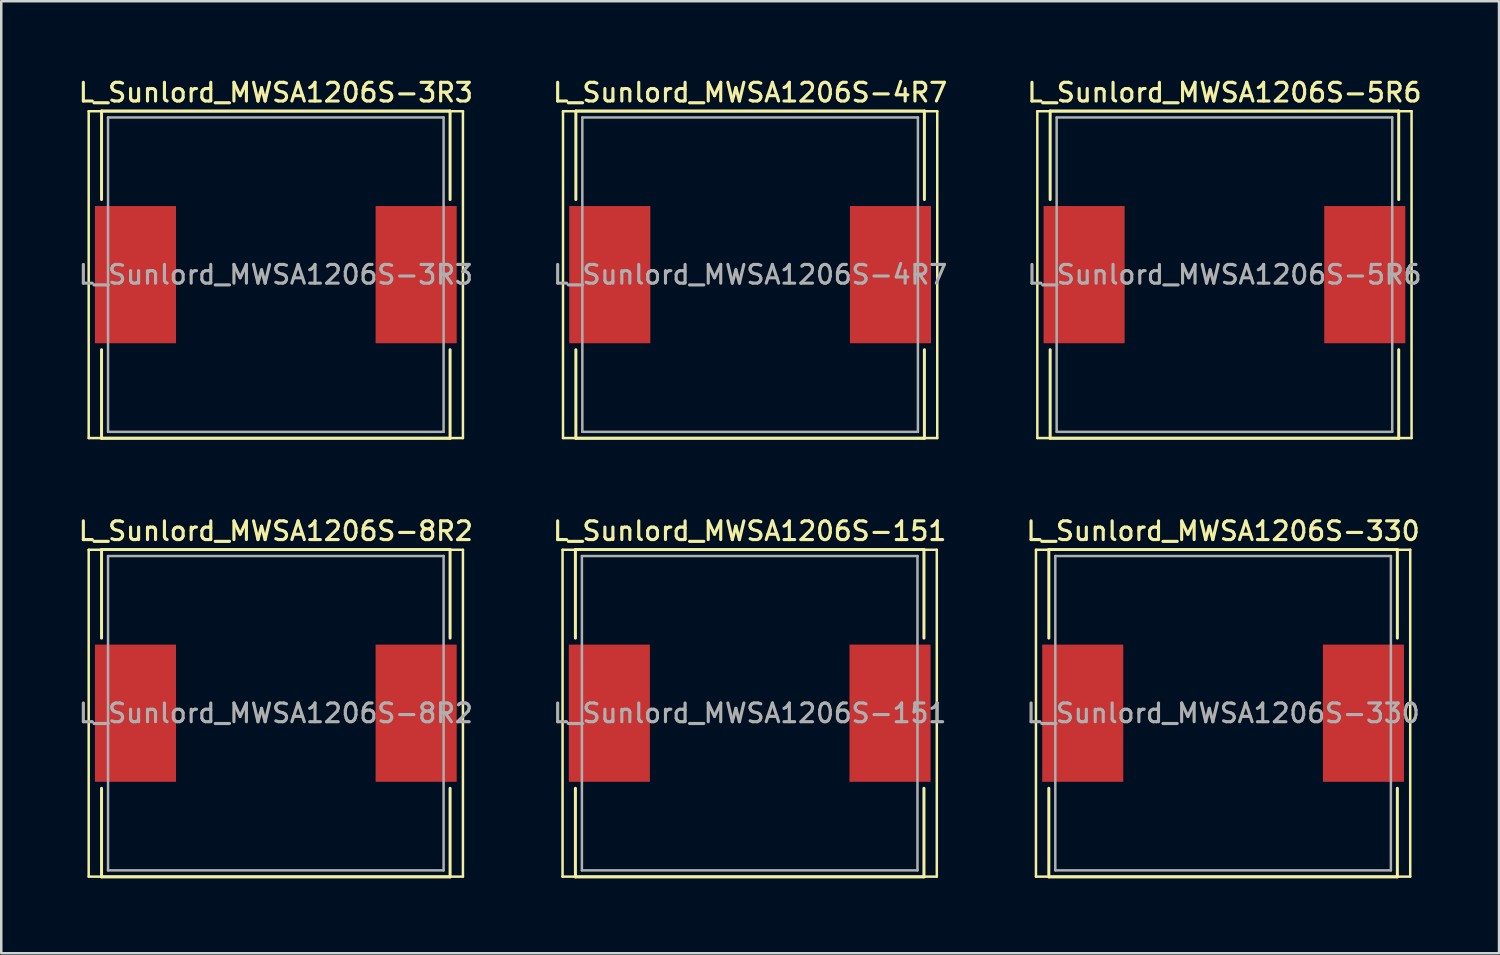
<source format=kicad_pcb>
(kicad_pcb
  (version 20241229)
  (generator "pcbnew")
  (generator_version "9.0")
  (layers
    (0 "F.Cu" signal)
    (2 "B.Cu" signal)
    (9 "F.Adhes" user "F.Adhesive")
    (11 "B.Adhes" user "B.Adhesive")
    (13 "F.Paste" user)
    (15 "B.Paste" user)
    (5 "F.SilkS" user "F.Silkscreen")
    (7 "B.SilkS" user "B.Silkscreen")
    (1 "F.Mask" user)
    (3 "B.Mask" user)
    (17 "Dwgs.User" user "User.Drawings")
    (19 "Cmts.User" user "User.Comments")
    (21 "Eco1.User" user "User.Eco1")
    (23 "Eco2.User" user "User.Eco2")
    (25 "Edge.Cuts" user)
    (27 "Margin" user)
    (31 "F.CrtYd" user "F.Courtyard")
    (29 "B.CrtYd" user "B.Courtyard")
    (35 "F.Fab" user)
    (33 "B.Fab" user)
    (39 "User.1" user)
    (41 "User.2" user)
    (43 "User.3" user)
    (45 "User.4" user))
  (footprint "L_Sunlord_MWSA1206S-5R6"
    (layer "F.Cu")
    (at 46.027 7.958)
    (property "Reference" "L_Sunlord_MWSA1206S-5R6" (at 0 -7.3 0) (layer "F.SilkS") (effects (font (size 0.75 0.75) (thickness 0.125))))
    (attr smd)
    (fp_line (start -7.5 -6.55) (end -7.5 6.55) (stroke (width 0.1) (type solid)) (layer "F.SilkS"))
    (fp_line (start -7.5 6.55) (end 7.5 6.55) (stroke (width 0.1) (type solid)) (layer "F.SilkS"))
    (fp_line (start -6.985 -6.56) (end -6.985 -3.01) (stroke (width 0.12) (type solid)) (layer "F.SilkS"))
    (fp_line (start -6.985 -6.56) (end 6.985 -6.56) (stroke (width 0.12) (type solid)) (layer "F.SilkS"))
    (fp_line (start -6.985 6.56) (end -6.985 3.01) (stroke (width 0.12) (type solid)) (layer "F.SilkS"))
    (fp_line (start -6.985 6.56) (end 6.985 6.56) (stroke (width 0.12) (type solid)) (layer "F.SilkS"))
    (fp_line (start 6.985 -6.56) (end 6.985 -3.01) (stroke (width 0.12) (type solid)) (layer "F.SilkS"))
    (fp_line (start 6.985 6.56) (end 6.985 3.01) (stroke (width 0.12) (type solid)) (layer "F.SilkS"))
    (fp_line (start 7.5 -6.55) (end -7.5 -6.55) (stroke (width 0.1) (type solid)) (layer "F.SilkS"))
    (fp_line (start 7.5 6.55) (end 7.5 -6.55) (stroke (width 0.1) (type solid)) (layer "F.SilkS"))
    (fp_line (start -6.725 -6.3) (end -6.725 6.3) (stroke (width 0.1) (type solid)) (layer "F.Fab"))
    (fp_line (start -6.725 6.3) (end 6.725 6.3) (stroke (width 0.1) (type solid)) (layer "F.Fab"))
    (fp_line (start 6.725 -6.3) (end -6.725 -6.3) (stroke (width 0.1) (type solid)) (layer "F.Fab"))
    (fp_line (start 6.725 6.3) (end 6.725 -6.3) (stroke (width 0.1) (type solid)) (layer "F.Fab"))
    (fp_text user "${REFERENCE}" (at 0 0 0) (layer "F.Fab") (effects (font (size 0.75 0.75) (thickness 0.125))))
    (pad "1" smd rect (at -5.625 0) (size 3.25 5.5) (layers "F.Cu" "F.Mask" "F.Paste"))
    (pad "2" smd rect (at 5.625 0) (size 3.25 5.5) (layers "F.Cu" "F.Mask" "F.Paste")))
  (footprint "L_Sunlord_MWSA1206S-330"
    (layer "F.Cu")
    (at 45.973 25.536)
    (property "Reference" "L_Sunlord_MWSA1206S-330" (at 0 -7.3 0) (layer "F.SilkS") (effects (font (size 0.75 0.75) (thickness 0.125))))
    (attr smd)
    (fp_line (start -7.5 -6.55) (end -7.5 6.55) (stroke (width 0.1) (type solid)) (layer "F.SilkS"))
    (fp_line (start -7.5 6.55) (end 7.5 6.55) (stroke (width 0.1) (type solid)) (layer "F.SilkS"))
    (fp_line (start -6.985 -6.56) (end -6.985 -3.01) (stroke (width 0.12) (type solid)) (layer "F.SilkS"))
    (fp_line (start -6.985 -6.56) (end 6.985 -6.56) (stroke (width 0.12) (type solid)) (layer "F.SilkS"))
    (fp_line (start -6.985 6.56) (end -6.985 3.01) (stroke (width 0.12) (type solid)) (layer "F.SilkS"))
    (fp_line (start -6.985 6.56) (end 6.985 6.56) (stroke (width 0.12) (type solid)) (layer "F.SilkS"))
    (fp_line (start 6.985 -6.56) (end 6.985 -3.01) (stroke (width 0.12) (type solid)) (layer "F.SilkS"))
    (fp_line (start 6.985 6.56) (end 6.985 3.01) (stroke (width 0.12) (type solid)) (layer "F.SilkS"))
    (fp_line (start 7.5 -6.55) (end -7.5 -6.55) (stroke (width 0.1) (type solid)) (layer "F.SilkS"))
    (fp_line (start 7.5 6.55) (end 7.5 -6.55) (stroke (width 0.1) (type solid)) (layer "F.SilkS"))
    (fp_line (start -6.725 -6.3) (end -6.725 6.3) (stroke (width 0.1) (type solid)) (layer "F.Fab"))
    (fp_line (start -6.725 6.3) (end 6.725 6.3) (stroke (width 0.1) (type solid)) (layer "F.Fab"))
    (fp_line (start 6.725 -6.3) (end -6.725 -6.3) (stroke (width 0.1) (type solid)) (layer "F.Fab"))
    (fp_line (start 6.725 6.3) (end 6.725 -6.3) (stroke (width 0.1) (type solid)) (layer "F.Fab"))
    (fp_text user "${REFERENCE}" (at 0 0 0) (layer "F.Fab") (effects (font (size 0.75 0.75) (thickness 0.125))))
    (pad "1" smd rect (at -5.625 0) (size 3.25 5.5) (layers "F.Cu" "F.Mask" "F.Paste"))
    (pad "2" smd rect (at 5.625 0) (size 3.25 5.5) (layers "F.Cu" "F.Mask" "F.Paste")))
  (footprint "L_Sunlord_MWSA1206S-4R7"
    (layer "F.Cu")
    (at 27.016 7.958)
    (property "Reference" "L_Sunlord_MWSA1206S-4R7" (at 0 -7.3 0) (layer "F.SilkS") (effects (font (size 0.75 0.75) (thickness 0.125))))
    (attr smd)
    (fp_line (start -7.5 -6.55) (end -7.5 6.55) (stroke (width 0.1) (type solid)) (layer "F.SilkS"))
    (fp_line (start -7.5 6.55) (end 7.5 6.55) (stroke (width 0.1) (type solid)) (layer "F.SilkS"))
    (fp_line (start -6.985 -6.56) (end -6.985 -3.01) (stroke (width 0.12) (type solid)) (layer "F.SilkS"))
    (fp_line (start -6.985 -6.56) (end 6.985 -6.56) (stroke (width 0.12) (type solid)) (layer "F.SilkS"))
    (fp_line (start -6.985 6.56) (end -6.985 3.01) (stroke (width 0.12) (type solid)) (layer "F.SilkS"))
    (fp_line (start -6.985 6.56) (end 6.985 6.56) (stroke (width 0.12) (type solid)) (layer "F.SilkS"))
    (fp_line (start 6.985 -6.56) (end 6.985 -3.01) (stroke (width 0.12) (type solid)) (layer "F.SilkS"))
    (fp_line (start 6.985 6.56) (end 6.985 3.01) (stroke (width 0.12) (type solid)) (layer "F.SilkS"))
    (fp_line (start 7.5 -6.55) (end -7.5 -6.55) (stroke (width 0.1) (type solid)) (layer "F.SilkS"))
    (fp_line (start 7.5 6.55) (end 7.5 -6.55) (stroke (width 0.1) (type solid)) (layer "F.SilkS"))
    (fp_line (start -6.725 -6.3) (end -6.725 6.3) (stroke (width 0.1) (type solid)) (layer "F.Fab"))
    (fp_line (start -6.725 6.3) (end 6.725 6.3) (stroke (width 0.1) (type solid)) (layer "F.Fab"))
    (fp_line (start 6.725 -6.3) (end -6.725 -6.3) (stroke (width 0.1) (type solid)) (layer "F.Fab"))
    (fp_line (start 6.725 6.3) (end 6.725 -6.3) (stroke (width 0.1) (type solid)) (layer "F.Fab"))
    (fp_text user "${REFERENCE}" (at 0 0 0) (layer "F.Fab") (effects (font (size 0.75 0.75) (thickness 0.125))))
    (pad "1" smd rect (at -5.625 0) (size 3.25 5.5) (layers "F.Cu" "F.Mask" "F.Paste"))
    (pad "2" smd rect (at 5.625 0) (size 3.25 5.5) (layers "F.Cu" "F.Mask" "F.Paste")))
  (footprint "L_Sunlord_MWSA1206S-3R3"
    (layer "F.Cu")
    (at 8.005 7.958)
    (property "Reference" "L_Sunlord_MWSA1206S-3R3" (at 0 -7.3 0) (layer "F.SilkS") (effects (font (size 0.75 0.75) (thickness 0.125))))
    (attr smd)
    (fp_line (start -7.5 -6.55) (end -7.5 6.55) (stroke (width 0.1) (type solid)) (layer "F.SilkS"))
    (fp_line (start -7.5 6.55) (end 7.5 6.55) (stroke (width 0.1) (type solid)) (layer "F.SilkS"))
    (fp_line (start -6.985 -6.56) (end -6.985 -3.01) (stroke (width 0.12) (type solid)) (layer "F.SilkS"))
    (fp_line (start -6.985 -6.56) (end 6.985 -6.56) (stroke (width 0.12) (type solid)) (layer "F.SilkS"))
    (fp_line (start -6.985 6.56) (end -6.985 3.01) (stroke (width 0.12) (type solid)) (layer "F.SilkS"))
    (fp_line (start -6.985 6.56) (end 6.985 6.56) (stroke (width 0.12) (type solid)) (layer "F.SilkS"))
    (fp_line (start 6.985 -6.56) (end 6.985 -3.01) (stroke (width 0.12) (type solid)) (layer "F.SilkS"))
    (fp_line (start 6.985 6.56) (end 6.985 3.01) (stroke (width 0.12) (type solid)) (layer "F.SilkS"))
    (fp_line (start 7.5 -6.55) (end -7.5 -6.55) (stroke (width 0.1) (type solid)) (layer "F.SilkS"))
    (fp_line (start 7.5 6.55) (end 7.5 -6.55) (stroke (width 0.1) (type solid)) (layer "F.SilkS"))
    (fp_line (start -6.725 -6.3) (end -6.725 6.3) (stroke (width 0.1) (type solid)) (layer "F.Fab"))
    (fp_line (start -6.725 6.3) (end 6.725 6.3) (stroke (width 0.1) (type solid)) (layer "F.Fab"))
    (fp_line (start 6.725 -6.3) (end -6.725 -6.3) (stroke (width 0.1) (type solid)) (layer "F.Fab"))
    (fp_line (start 6.725 6.3) (end 6.725 -6.3) (stroke (width 0.1) (type solid)) (layer "F.Fab"))
    (fp_text user "${REFERENCE}" (at 0 0 0) (layer "F.Fab") (effects (font (size 0.75 0.75) (thickness 0.125))))
    (pad "1" smd rect (at -5.625 0) (size 3.25 5.5) (layers "F.Cu" "F.Mask" "F.Paste"))
    (pad "2" smd rect (at 5.625 0) (size 3.25 5.5) (layers "F.Cu" "F.Mask" "F.Paste")))
  (footprint "L_Sunlord_MWSA1206S-8R2"
    (layer "F.Cu")
    (at 8.005 25.536)
    (property "Reference" "L_Sunlord_MWSA1206S-8R2" (at 0 -7.3 0) (layer "F.SilkS") (effects (font (size 0.75 0.75) (thickness 0.125))))
    (attr smd)
    (fp_line (start -7.5 -6.55) (end -7.5 6.55) (stroke (width 0.1) (type solid)) (layer "F.SilkS"))
    (fp_line (start -7.5 6.55) (end 7.5 6.55) (stroke (width 0.1) (type solid)) (layer "F.SilkS"))
    (fp_line (start -6.985 -6.56) (end -6.985 -3.01) (stroke (width 0.12) (type solid)) (layer "F.SilkS"))
    (fp_line (start -6.985 -6.56) (end 6.985 -6.56) (stroke (width 0.12) (type solid)) (layer "F.SilkS"))
    (fp_line (start -6.985 6.56) (end -6.985 3.01) (stroke (width 0.12) (type solid)) (layer "F.SilkS"))
    (fp_line (start -6.985 6.56) (end 6.985 6.56) (stroke (width 0.12) (type solid)) (layer "F.SilkS"))
    (fp_line (start 6.985 -6.56) (end 6.985 -3.01) (stroke (width 0.12) (type solid)) (layer "F.SilkS"))
    (fp_line (start 6.985 6.56) (end 6.985 3.01) (stroke (width 0.12) (type solid)) (layer "F.SilkS"))
    (fp_line (start 7.5 -6.55) (end -7.5 -6.55) (stroke (width 0.1) (type solid)) (layer "F.SilkS"))
    (fp_line (start 7.5 6.55) (end 7.5 -6.55) (stroke (width 0.1) (type solid)) (layer "F.SilkS"))
    (fp_line (start -6.725 -6.3) (end -6.725 6.3) (stroke (width 0.1) (type solid)) (layer "F.Fab"))
    (fp_line (start -6.725 6.3) (end 6.725 6.3) (stroke (width 0.1) (type solid)) (layer "F.Fab"))
    (fp_line (start 6.725 -6.3) (end -6.725 -6.3) (stroke (width 0.1) (type solid)) (layer "F.Fab"))
    (fp_line (start 6.725 6.3) (end 6.725 -6.3) (stroke (width 0.1) (type solid)) (layer "F.Fab"))
    (fp_text user "${REFERENCE}" (at 0 0 0) (layer "F.Fab") (effects (font (size 0.75 0.75) (thickness 0.125))))
    (pad "1" smd rect (at -5.625 0) (size 3.25 5.5) (layers "F.Cu" "F.Mask" "F.Paste"))
    (pad "2" smd rect (at 5.625 0) (size 3.25 5.5) (layers "F.Cu" "F.Mask" "F.Paste")))
  (footprint "L_Sunlord_MWSA1206S-151"
    (layer "F.Cu")
    (at 26.998 25.536)
    (property "Reference" "L_Sunlord_MWSA1206S-151" (at 0 -7.3 0) (layer "F.SilkS") (effects (font (size 0.75 0.75) (thickness 0.125))))
    (attr smd)
    (fp_line (start -7.5 -6.55) (end -7.5 6.55) (stroke (width 0.1) (type solid)) (layer "F.SilkS"))
    (fp_line (start -7.5 6.55) (end 7.5 6.55) (stroke (width 0.1) (type solid)) (layer "F.SilkS"))
    (fp_line (start -6.985 -6.56) (end -6.985 -3.01) (stroke (width 0.12) (type solid)) (layer "F.SilkS"))
    (fp_line (start -6.985 -6.56) (end 6.985 -6.56) (stroke (width 0.12) (type solid)) (layer "F.SilkS"))
    (fp_line (start -6.985 6.56) (end -6.985 3.01) (stroke (width 0.12) (type solid)) (layer "F.SilkS"))
    (fp_line (start -6.985 6.56) (end 6.985 6.56) (stroke (width 0.12) (type solid)) (layer "F.SilkS"))
    (fp_line (start 6.985 -6.56) (end 6.985 -3.01) (stroke (width 0.12) (type solid)) (layer "F.SilkS"))
    (fp_line (start 6.985 6.56) (end 6.985 3.01) (stroke (width 0.12) (type solid)) (layer "F.SilkS"))
    (fp_line (start 7.5 -6.55) (end -7.5 -6.55) (stroke (width 0.1) (type solid)) (layer "F.SilkS"))
    (fp_line (start 7.5 6.55) (end 7.5 -6.55) (stroke (width 0.1) (type solid)) (layer "F.SilkS"))
    (fp_line (start -6.725 -6.3) (end -6.725 6.3) (stroke (width 0.1) (type solid)) (layer "F.Fab"))
    (fp_line (start -6.725 6.3) (end 6.725 6.3) (stroke (width 0.1) (type solid)) (layer "F.Fab"))
    (fp_line (start 6.725 -6.3) (end -6.725 -6.3) (stroke (width 0.1) (type solid)) (layer "F.Fab"))
    (fp_line (start 6.725 6.3) (end 6.725 -6.3) (stroke (width 0.1) (type solid)) (layer "F.Fab"))
    (fp_text user "${REFERENCE}" (at 0 0 0) (layer "F.Fab") (effects (font (size 0.75 0.75) (thickness 0.125))))
    (pad "1" smd rect (at -5.625 0) (size 3.25 5.5) (layers "F.Cu" "F.Mask" "F.Paste"))
    (pad "2" smd rect (at 5.625 0) (size 3.25 5.5) (layers "F.Cu" "F.Mask" "F.Paste")))
  (gr_rect
    (start -3 -3)
    (end 57.032 35.156)
    (stroke (width 0.1) (type default))
    (fill no)
    (layer "Edge.Cuts")))
</source>
